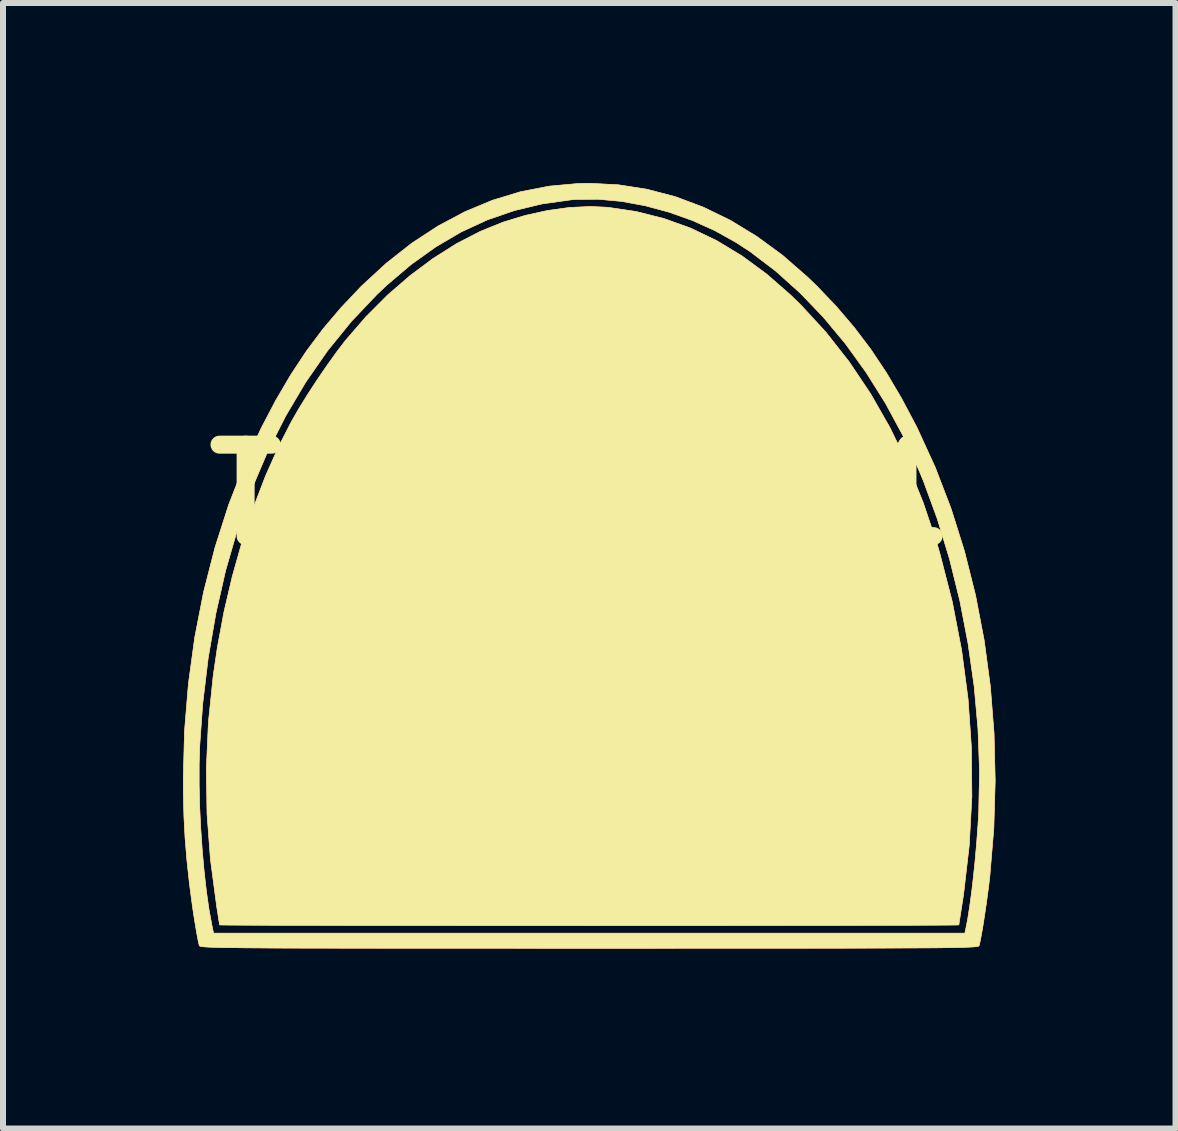
<source format=kicad_pcb>
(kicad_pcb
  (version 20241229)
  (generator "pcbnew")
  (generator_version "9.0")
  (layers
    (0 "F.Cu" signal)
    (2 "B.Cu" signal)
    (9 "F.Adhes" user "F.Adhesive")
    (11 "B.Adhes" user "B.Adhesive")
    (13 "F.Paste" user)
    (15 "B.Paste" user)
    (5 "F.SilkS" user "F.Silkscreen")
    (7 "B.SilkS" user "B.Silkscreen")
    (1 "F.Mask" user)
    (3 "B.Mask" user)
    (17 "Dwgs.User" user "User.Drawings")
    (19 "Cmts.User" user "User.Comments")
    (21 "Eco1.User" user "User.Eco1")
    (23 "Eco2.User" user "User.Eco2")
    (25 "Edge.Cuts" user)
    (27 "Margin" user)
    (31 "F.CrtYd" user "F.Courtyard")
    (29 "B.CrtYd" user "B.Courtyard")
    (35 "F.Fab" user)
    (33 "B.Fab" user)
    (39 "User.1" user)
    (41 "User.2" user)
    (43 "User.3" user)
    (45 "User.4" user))
  (footprint "TouchPad1"
    (layer "F.Cu")
    (at 6.632 5.196)
    (property "Reference" "TouchPad1" (at 0 0 0) (layer "F.SilkS") (effects (font (size 1.524 1.524) (thickness 0.3))))
    (attr through_hole)
    (fp_poly (pts (xy 0.444 -4.791) (xy 0.922 -4.72) (xy 1.382 -4.604) (xy 1.828 -4.444) (xy 2.26 -4.237) (xy 2.681 -3.983) (xy 3.092 -3.681) (xy 3.494 -3.33) (xy 3.666 -3.163) (xy 4.084 -2.709) (xy 4.471 -2.216) (xy 4.828 -1.684) (xy 5.153 -1.115) (xy 5.446 -0.509) (xy 5.706 0.133) (xy 5.933 0.808) (xy 5.983 0.98) (xy 6.19 1.785) (xy 6.346 2.594) (xy 6.453 3.406) (xy 6.509 4.22) (xy 6.516 5.035) (xy 6.472 5.849) (xy 6.378 6.661) (xy 6.349 6.848) (xy 6.33 6.967) (xy 6.315 7.067) (xy 6.304 7.137) (xy 6.3 7.169) (xy 6.3 7.169) (xy 6.275 7.171) (xy 6.202 7.172) (xy 6.083 7.173) (xy 5.919 7.174) (xy 5.715 7.175) (xy 5.47 7.176) (xy 5.188 7.176) (xy 4.871 7.177) (xy 4.521 7.178) (xy 4.139 7.179) (xy 3.729 7.179) (xy 3.292 7.18) (xy 2.831 7.18) (xy 2.347 7.181) (xy 1.844 7.181) (xy 1.322 7.181) (xy 0.784 7.181) (xy 0.232 7.182) (xy 0.139 7.182) (xy -0.415 7.181) (xy -0.955 7.181) (xy -1.48 7.181) (xy -1.987 7.181) (xy -2.474 7.18) (xy -2.939 7.18) (xy -3.38 7.179) (xy -3.795 7.179) (xy -4.182 7.178) (xy -4.537 7.177) (xy -4.86 7.177) (xy -5.148 7.176) (xy -5.399 7.175) (xy -5.611 7.174) (xy -5.781 7.173) (xy -5.908 7.172) (xy -5.989 7.171) (xy -6.022 7.17) (xy -6.022 7.169) (xy -6.026 7.141) (xy -6.037 7.074) (xy -6.052 6.976) (xy -6.071 6.858) (xy -6.072 6.848) (xy -6.174 6.08) (xy -6.231 5.319) (xy -6.242 4.559) (xy -6.208 3.793) (xy -6.128 3.016) (xy -6.059 2.547) (xy -5.949 1.954) (xy -5.811 1.365) (xy -5.648 0.787) (xy -5.463 0.227) (xy -5.259 -0.306) (xy -5.037 -0.806) (xy -4.822 -1.224) (xy -4.699 -1.438) (xy -4.553 -1.674) (xy -4.393 -1.919) (xy -4.228 -2.16) (xy -4.068 -2.383) (xy -3.921 -2.575) (xy -3.914 -2.583) (xy -3.581 -2.968) (xy -3.225 -3.325) (xy -2.851 -3.649) (xy -2.465 -3.937) (xy -2.071 -4.186) (xy -1.673 -4.391) (xy -1.295 -4.544) (xy -0.925 -4.656) (xy -0.553 -4.738) (xy -0.188 -4.788) (xy 0.16 -4.804) (xy 0.444 -4.791)) (stroke (width 0.01) (type solid)) (fill yes) (layer "F.Cu"))
    (fp_poly (pts (xy 0.624 -5.166) (xy 1.103 -5.091) (xy 1.574 -4.968) (xy 2.036 -4.795) (xy 2.489 -4.575) (xy 2.931 -4.306) (xy 3.361 -3.991) (xy 3.777 -3.628) (xy 3.933 -3.478) (xy 4.259 -3.136) (xy 4.557 -2.787) (xy 4.833 -2.422) (xy 5.093 -2.032) (xy 5.343 -1.609) (xy 5.589 -1.145) (xy 5.606 -1.111) (xy 5.907 -0.454) (xy 6.17 0.232) (xy 6.394 0.944) (xy 6.578 1.678) (xy 6.722 2.431) (xy 6.825 3.199) (xy 6.886 3.98) (xy 6.905 4.768) (xy 6.882 5.56) (xy 6.816 6.354) (xy 6.802 6.476) (xy 6.781 6.641) (xy 6.757 6.816) (xy 6.731 6.99) (xy 6.706 7.155) (xy 6.681 7.301) (xy 6.659 7.419) (xy 6.642 7.499) (xy 6.637 7.515) (xy 6.634 7.52) (xy 6.626 7.524) (xy 6.612 7.528) (xy 6.59 7.532) (xy 6.558 7.535) (xy 6.514 7.538) (xy 6.456 7.541) (xy 6.383 7.544) (xy 6.293 7.546) (xy 6.183 7.548) (xy 6.053 7.55) (xy 5.9 7.552) (xy 5.723 7.553) (xy 5.519 7.554) (xy 5.287 7.555) (xy 5.026 7.556) (xy 4.732 7.557) (xy 4.406 7.558) (xy 4.043 7.558) (xy 3.644 7.559) (xy 3.206 7.559) (xy 2.727 7.559) (xy 2.205 7.559) (xy 1.639 7.559) (xy 1.027 7.56) (xy 0.367 7.56) (xy 0.139 7.56) (xy -0.538 7.56) (xy -1.165 7.559) (xy -1.746 7.559) (xy -2.282 7.559) (xy -2.775 7.559) (xy -3.227 7.559) (xy -3.639 7.558) (xy -4.013 7.558) (xy -4.351 7.557) (xy -4.655 7.557) (xy -4.927 7.556) (xy -5.169 7.555) (xy -5.381 7.553) (xy -5.567 7.552) (xy -5.728 7.55) (xy -5.866 7.549) (xy -5.982 7.547) (xy -6.078 7.544) (xy -6.157 7.542) (xy -6.219 7.539) (xy -6.267 7.536) (xy -6.303 7.533) (xy -6.329 7.529) (xy -6.345 7.526) (xy -6.355 7.521) (xy -6.359 7.517) (xy -6.36 7.515) (xy -6.376 7.45) (xy -6.396 7.344) (xy -6.42 7.206) (xy -6.446 7.047) (xy -6.472 6.875) (xy -6.496 6.699) (xy -6.518 6.53) (xy -6.525 6.476) (xy -6.567 6.088) (xy -6.597 5.723) (xy -6.616 5.363) (xy -6.626 4.985) (xy -6.627 4.827) (xy -6.363 4.827) (xy -6.355 5.185) (xy -6.337 5.552) (xy -6.312 5.918) (xy -6.28 6.274) (xy -6.242 6.611) (xy -6.198 6.919) (xy -6.148 7.188) (xy -6.135 7.251) (xy -6.122 7.308) (xy 6.399 7.308) (xy 6.412 7.251) (xy 6.446 7.08) (xy 6.479 6.868) (xy 6.513 6.623) (xy 6.544 6.355) (xy 6.573 6.072) (xy 6.598 5.784) (xy 6.619 5.499) (xy 6.631 5.298) (xy 6.645 4.611) (xy 6.619 3.906) (xy 6.555 3.193) (xy 6.453 2.478) (xy 6.317 1.77) (xy 6.146 1.077) (xy 5.942 0.406) (xy 5.707 -0.235) (xy 5.628 -0.424) (xy 5.367 -0.988) (xy 5.076 -1.526) (xy 4.756 -2.036) (xy 4.411 -2.515) (xy 4.042 -2.958) (xy 3.653 -3.364) (xy 3.246 -3.729) (xy 2.824 -4.05) (xy 2.587 -4.205) (xy 2.234 -4.402) (xy 1.859 -4.571) (xy 1.469 -4.71) (xy 1.072 -4.817) (xy 0.677 -4.89) (xy 0.292 -4.925) (xy -0.074 -4.923) (xy -0.161 -4.916) (xy -0.646 -4.848) (xy -1.112 -4.736) (xy -1.561 -4.581) (xy -1.996 -4.38) (xy -2.418 -4.132) (xy -2.831 -3.837) (xy -3.235 -3.494) (xy -3.399 -3.339) (xy -3.826 -2.889) (xy -4.223 -2.4) (xy -4.588 -1.874) (xy -4.921 -1.312) (xy -5.222 -0.716) (xy -5.489 -0.087) (xy -5.722 0.572) (xy -5.921 1.26) (xy -6.084 1.977) (xy -6.212 2.719) (xy -6.304 3.486) (xy -6.353 4.177) (xy -6.363 4.488) (xy -6.363 4.827) (xy -6.627 4.827) (xy -6.627 4.737) (xy -6.606 3.937) (xy -6.541 3.147) (xy -6.435 2.372) (xy -6.287 1.615) (xy -6.098 0.878) (xy -5.87 0.166) (xy -5.602 -0.52) (xy -5.328 -1.111) (xy -5.083 -1.578) (xy -4.833 -2.003) (xy -4.574 -2.395) (xy -4.299 -2.762) (xy -4.003 -3.112) (xy -3.679 -3.454) (xy -3.656 -3.478) (xy -3.244 -3.858) (xy -2.819 -4.192) (xy -2.382 -4.478) (xy -1.933 -4.717) (xy -1.474 -4.908) (xy -1.006 -5.05) (xy -0.53 -5.143) (xy -0.047 -5.187) (xy 0.139 -5.191) (xy 0.624 -5.166)) (stroke (width 0.01) (type solid)) (fill yes) (layer "F.Cu"))
    (fp_poly (pts (xy 0.444 -4.791) (xy 0.922 -4.72) (xy 1.382 -4.604) (xy 1.828 -4.444) (xy 2.26 -4.237) (xy 2.681 -3.983) (xy 3.092 -3.681) (xy 3.494 -3.33) (xy 3.666 -3.163) (xy 4.084 -2.709) (xy 4.471 -2.216) (xy 4.828 -1.684) (xy 5.153 -1.115) (xy 5.446 -0.509) (xy 5.706 0.133) (xy 5.933 0.808) (xy 5.983 0.98) (xy 6.19 1.785) (xy 6.346 2.594) (xy 6.453 3.406) (xy 6.509 4.22) (xy 6.516 5.035) (xy 6.472 5.849) (xy 6.378 6.661) (xy 6.349 6.848) (xy 6.33 6.967) (xy 6.315 7.067) (xy 6.304 7.137) (xy 6.3 7.169) (xy 6.3 7.169) (xy 6.275 7.171) (xy 6.202 7.172) (xy 6.083 7.173) (xy 5.919 7.174) (xy 5.715 7.175) (xy 5.47 7.176) (xy 5.188 7.176) (xy 4.871 7.177) (xy 4.521 7.178) (xy 4.139 7.179) (xy 3.729 7.179) (xy 3.292 7.18) (xy 2.831 7.18) (xy 2.347 7.181) (xy 1.844 7.181) (xy 1.322 7.181) (xy 0.784 7.181) (xy 0.232 7.182) (xy 0.139 7.182) (xy -0.415 7.181) (xy -0.955 7.181) (xy -1.48 7.181) (xy -1.987 7.181) (xy -2.474 7.18) (xy -2.939 7.18) (xy -3.38 7.179) (xy -3.795 7.179) (xy -4.182 7.178) (xy -4.537 7.177) (xy -4.86 7.177) (xy -5.148 7.176) (xy -5.399 7.175) (xy -5.611 7.174) (xy -5.781 7.173) (xy -5.908 7.172) (xy -5.989 7.171) (xy -6.022 7.17) (xy -6.022 7.169) (xy -6.026 7.141) (xy -6.037 7.074) (xy -6.052 6.976) (xy -6.071 6.858) (xy -6.072 6.848) (xy -6.174 6.08) (xy -6.231 5.319) (xy -6.242 4.559) (xy -6.208 3.793) (xy -6.128 3.016) (xy -6.059 2.547) (xy -5.949 1.954) (xy -5.811 1.365) (xy -5.648 0.787) (xy -5.463 0.227) (xy -5.259 -0.306) (xy -5.037 -0.806) (xy -4.822 -1.224) (xy -4.699 -1.438) (xy -4.553 -1.674) (xy -4.393 -1.919) (xy -4.228 -2.16) (xy -4.068 -2.383) (xy -3.921 -2.575) (xy -3.914 -2.583) (xy -3.581 -2.968) (xy -3.225 -3.325) (xy -2.851 -3.649) (xy -2.465 -3.937) (xy -2.071 -4.186) (xy -1.673 -4.391) (xy -1.295 -4.544) (xy -0.925 -4.656) (xy -0.553 -4.738) (xy -0.188 -4.788) (xy 0.16 -4.804) (xy 0.444 -4.791)) (stroke (width 0.01) (type solid)) (fill yes) (layer "F.SilkS"))
    (fp_poly (pts (xy 0.624 -5.166) (xy 1.103 -5.091) (xy 1.574 -4.968) (xy 2.036 -4.795) (xy 2.489 -4.575) (xy 2.931 -4.306) (xy 3.361 -3.991) (xy 3.777 -3.628) (xy 3.933 -3.478) (xy 4.259 -3.136) (xy 4.557 -2.787) (xy 4.833 -2.422) (xy 5.093 -2.032) (xy 5.343 -1.609) (xy 5.589 -1.145) (xy 5.606 -1.111) (xy 5.907 -0.454) (xy 6.17 0.232) (xy 6.394 0.944) (xy 6.578 1.678) (xy 6.722 2.431) (xy 6.825 3.199) (xy 6.886 3.98) (xy 6.905 4.768) (xy 6.882 5.56) (xy 6.816 6.354) (xy 6.802 6.476) (xy 6.781 6.641) (xy 6.757 6.816) (xy 6.731 6.99) (xy 6.706 7.155) (xy 6.681 7.301) (xy 6.659 7.419) (xy 6.642 7.499) (xy 6.637 7.515) (xy 6.634 7.52) (xy 6.626 7.524) (xy 6.612 7.528) (xy 6.59 7.532) (xy 6.558 7.535) (xy 6.514 7.538) (xy 6.456 7.541) (xy 6.383 7.544) (xy 6.293 7.546) (xy 6.183 7.548) (xy 6.053 7.55) (xy 5.9 7.552) (xy 5.723 7.553) (xy 5.519 7.554) (xy 5.287 7.555) (xy 5.026 7.556) (xy 4.732 7.557) (xy 4.406 7.558) (xy 4.043 7.558) (xy 3.644 7.559) (xy 3.206 7.559) (xy 2.727 7.559) (xy 2.205 7.559) (xy 1.639 7.559) (xy 1.027 7.56) (xy 0.367 7.56) (xy 0.139 7.56) (xy -0.538 7.56) (xy -1.165 7.559) (xy -1.746 7.559) (xy -2.282 7.559) (xy -2.775 7.559) (xy -3.227 7.559) (xy -3.639 7.558) (xy -4.013 7.558) (xy -4.351 7.557) (xy -4.655 7.557) (xy -4.927 7.556) (xy -5.169 7.555) (xy -5.381 7.553) (xy -5.567 7.552) (xy -5.728 7.55) (xy -5.866 7.549) (xy -5.982 7.547) (xy -6.078 7.544) (xy -6.157 7.542) (xy -6.219 7.539) (xy -6.267 7.536) (xy -6.303 7.533) (xy -6.329 7.529) (xy -6.345 7.526) (xy -6.355 7.521) (xy -6.359 7.517) (xy -6.36 7.515) (xy -6.376 7.45) (xy -6.396 7.344) (xy -6.42 7.206) (xy -6.446 7.047) (xy -6.472 6.875) (xy -6.496 6.699) (xy -6.518 6.53) (xy -6.525 6.476) (xy -6.567 6.088) (xy -6.597 5.723) (xy -6.616 5.363) (xy -6.626 4.985) (xy -6.627 4.827) (xy -6.363 4.827) (xy -6.355 5.185) (xy -6.337 5.552) (xy -6.312 5.918) (xy -6.28 6.274) (xy -6.242 6.611) (xy -6.198 6.919) (xy -6.148 7.188) (xy -6.135 7.251) (xy -6.122 7.308) (xy 6.399 7.308) (xy 6.412 7.251) (xy 6.446 7.08) (xy 6.479 6.868) (xy 6.513 6.623) (xy 6.544 6.355) (xy 6.573 6.072) (xy 6.598 5.784) (xy 6.619 5.499) (xy 6.631 5.298) (xy 6.645 4.611) (xy 6.619 3.906) (xy 6.555 3.193) (xy 6.453 2.478) (xy 6.317 1.77) (xy 6.146 1.077) (xy 5.942 0.406) (xy 5.707 -0.235) (xy 5.628 -0.424) (xy 5.367 -0.988) (xy 5.076 -1.526) (xy 4.756 -2.036) (xy 4.411 -2.515) (xy 4.042 -2.958) (xy 3.653 -3.364) (xy 3.246 -3.729) (xy 2.824 -4.05) (xy 2.587 -4.205) (xy 2.234 -4.402) (xy 1.859 -4.571) (xy 1.469 -4.71) (xy 1.072 -4.817) (xy 0.677 -4.89) (xy 0.292 -4.925) (xy -0.074 -4.923) (xy -0.161 -4.916) (xy -0.646 -4.848) (xy -1.112 -4.736) (xy -1.561 -4.581) (xy -1.996 -4.38) (xy -2.418 -4.132) (xy -2.831 -3.837) (xy -3.235 -3.494) (xy -3.399 -3.339) (xy -3.826 -2.889) (xy -4.223 -2.4) (xy -4.588 -1.874) (xy -4.921 -1.312) (xy -5.222 -0.716) (xy -5.489 -0.087) (xy -5.722 0.572) (xy -5.921 1.26) (xy -6.084 1.977) (xy -6.212 2.719) (xy -6.304 3.486) (xy -6.353 4.177) (xy -6.363 4.488) (xy -6.363 4.827) (xy -6.627 4.827) (xy -6.627 4.737) (xy -6.606 3.937) (xy -6.541 3.147) (xy -6.435 2.372) (xy -6.287 1.615) (xy -6.098 0.878) (xy -5.87 0.166) (xy -5.602 -0.52) (xy -5.328 -1.111) (xy -5.083 -1.578) (xy -4.833 -2.003) (xy -4.574 -2.395) (xy -4.299 -2.762) (xy -4.003 -3.112) (xy -3.679 -3.454) (xy -3.656 -3.478) (xy -3.244 -3.858) (xy -2.819 -4.192) (xy -2.382 -4.478) (xy -1.933 -4.717) (xy -1.474 -4.908) (xy -1.006 -5.05) (xy -0.53 -5.143) (xy -0.047 -5.187) (xy 0.139 -5.191) (xy 0.624 -5.166)) (stroke (width 0.01) (type solid)) (fill yes) (layer "F.SilkS"))
    (pad "1" connect circle (at 0.127 1.905) (size 1 1) (layers "F.Cu")))
  (gr_rect
    (start -3 -3)
    (end 16.543 15.76)
    (stroke (width 0.1) (type default))
    (fill no)
    (layer "Edge.Cuts")))
</source>
